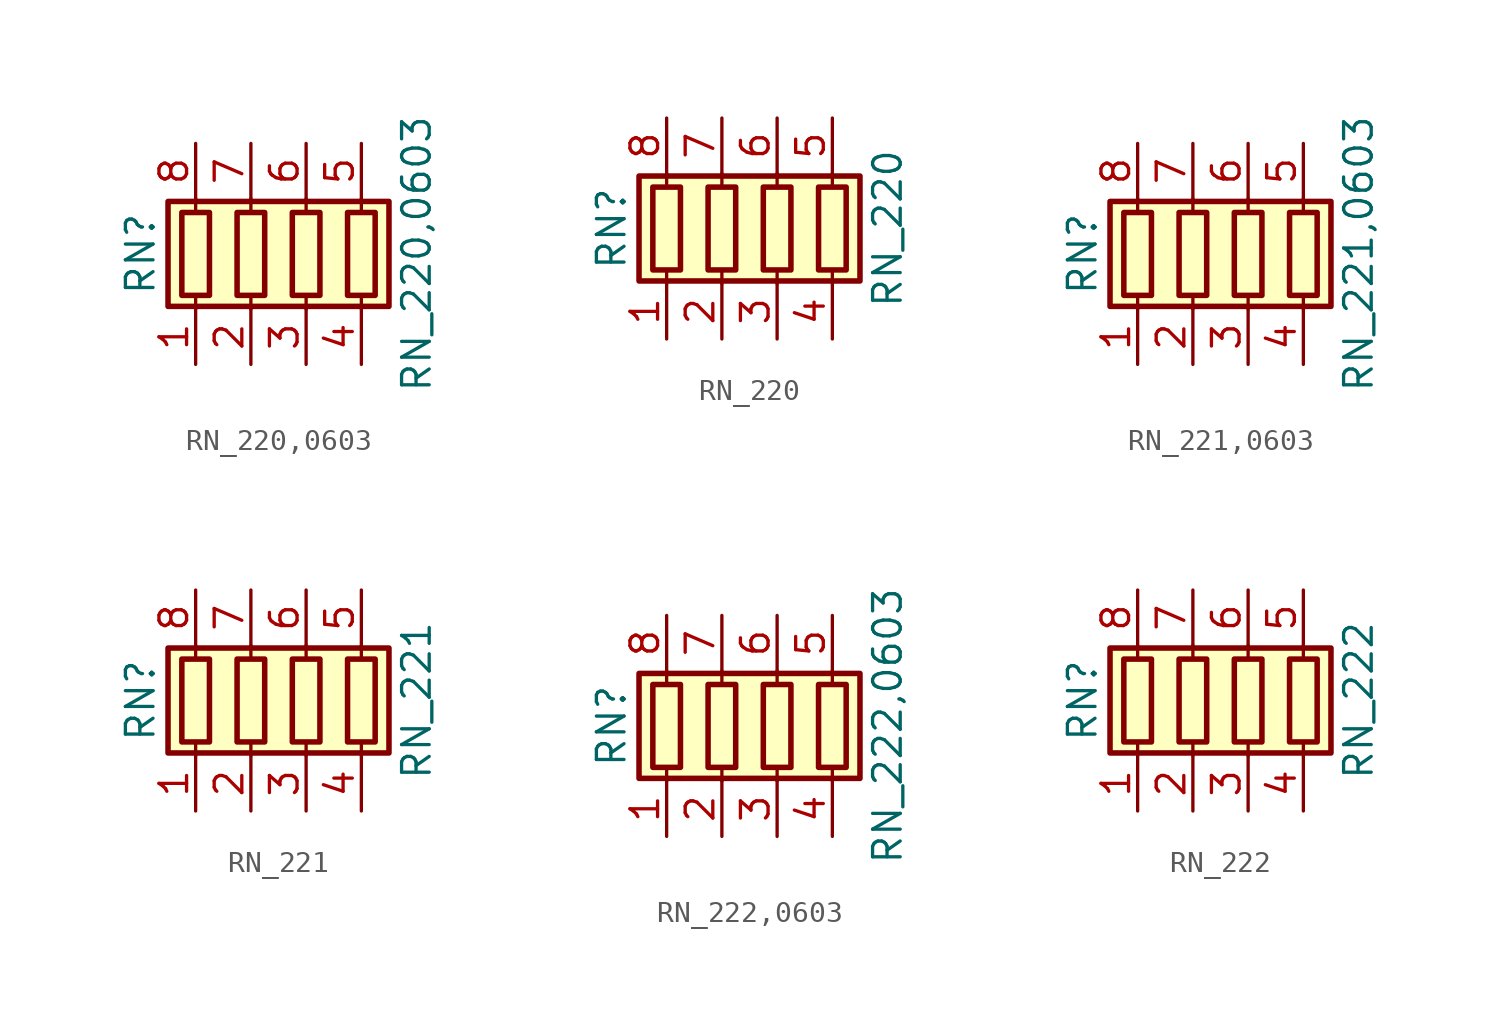
<source format=kicad_sym>
(kicad_symbol_lib
  (version 20211014)
  (generator kicad_symbol_editor)
  (symbol "RN_220,0603"
    (pin_names
      (offset 0) hide)
    (property "Reference" "RN"
      (at -7.62 0 90)
      (effects (font (size 1.27 1.27))))
    (property "Value" "RN_220,0603"
      (at 5.08 0 90)
      (effects (font (size 1.27 1.27))))
    (symbol "RN_220,0603_0_1"
      (rectangle (start -6.35 -2.413) (end 3.81 2.413) (stroke (width 0.254) (type default) (color 0 0 0 0)) (fill (type background)))
      (rectangle (start -5.715 1.905) (end -4.445 -1.905) (stroke (width 0.254) (type default) (color 0 0 0 0)) (fill (type none)))
      (rectangle (start -3.175 1.905) (end -1.905 -1.905) (stroke (width 0.254) (type default) (color 0 0 0 0)) (fill (type none)))
      (rectangle (start -0.635 1.905) (end 0.635 -1.905) (stroke (width 0.254) (type default) (color 0 0 0 0)) (fill (type none)))
      (polyline (pts (xy -5.08 -2.54) (xy -5.08 -1.905)) (stroke (width 0) (type default) (color 0 0 0 0)) (fill (type none)))
      (polyline (pts (xy -5.08 1.905) (xy -5.08 2.54)) (stroke (width 0) (type default) (color 0 0 0 0)) (fill (type none)))
      (polyline (pts (xy -2.54 -2.54) (xy -2.54 -1.905)) (stroke (width 0) (type default) (color 0 0 0 0)) (fill (type none)))
      (polyline (pts (xy -2.54 1.905) (xy -2.54 2.54)) (stroke (width 0) (type default) (color 0 0 0 0)) (fill (type none)))
      (polyline (pts (xy 0 -2.54) (xy 0 -1.905)) (stroke (width 0) (type default) (color 0 0 0 0)) (fill (type none)))
      (polyline (pts (xy 0 1.905) (xy 0 2.54)) (stroke (width 0) (type default) (color 0 0 0 0)) (fill (type none)))
      (polyline (pts (xy 2.54 -2.54) (xy 2.54 -1.905)) (stroke (width 0) (type default) (color 0 0 0 0)) (fill (type none)))
      (polyline (pts (xy 2.54 1.905) (xy 2.54 2.54)) (stroke (width 0) (type default) (color 0 0 0 0)) (fill (type none)))
      (rectangle (start 1.905 1.905) (end 3.175 -1.905) (stroke (width 0.254) (type default) (color 0 0 0 0)) (fill (type none))))
    (symbol "RN_220,0603_1_1"
      (pin passive line (at -5.08 -5.08 90) (length 2.54) (name "R1.1" (effects (font (size 1.27 1.27)))) (number "1" (effects (font (size 1.27 1.27)))))
      (pin passive line (at -2.54 -5.08 90) (length 2.54) (name "R2.1" (effects (font (size 1.27 1.27)))) (number "2" (effects (font (size 1.27 1.27)))))
      (pin passive line (at 0 -5.08 90) (length 2.54) (name "R3.1" (effects (font (size 1.27 1.27)))) (number "3" (effects (font (size 1.27 1.27)))))
      (pin passive line (at 2.54 -5.08 90) (length 2.54) (name "R4.1" (effects (font (size 1.27 1.27)))) (number "4" (effects (font (size 1.27 1.27)))))
      (pin passive line (at 2.54 5.08 270) (length 2.54) (name "R4.2" (effects (font (size 1.27 1.27)))) (number "5" (effects (font (size 1.27 1.27)))))
      (pin passive line (at 0 5.08 270) (length 2.54) (name "R3.2" (effects (font (size 1.27 1.27)))) (number "6" (effects (font (size 1.27 1.27)))))
      (pin passive line (at -2.54 5.08 270) (length 2.54) (name "R2.2" (effects (font (size 1.27 1.27)))) (number "7" (effects (font (size 1.27 1.27)))))
      (pin passive line (at -5.08 5.08 270) (length 2.54) (name "R1.2" (effects (font (size 1.27 1.27)))) (number "8" (effects (font (size 1.27 1.27)))))))
  (symbol "RN_220"
    (pin_names
      (offset 0) hide)
    (property "Reference" "RN"
      (at -7.62 0 90)
      (effects (font (size 1.27 1.27))))
    (property "Value" "RN_220"
      (at 5.08 0 90)
      (effects (font (size 1.27 1.27))))
    (symbol "RN_220_0_1"
      (rectangle (start -6.35 -2.413) (end 3.81 2.413) (stroke (width 0.254) (type default) (color 0 0 0 0)) (fill (type background)))
      (rectangle (start -5.715 1.905) (end -4.445 -1.905) (stroke (width 0.254) (type default) (color 0 0 0 0)) (fill (type none)))
      (rectangle (start -3.175 1.905) (end -1.905 -1.905) (stroke (width 0.254) (type default) (color 0 0 0 0)) (fill (type none)))
      (rectangle (start -0.635 1.905) (end 0.635 -1.905) (stroke (width 0.254) (type default) (color 0 0 0 0)) (fill (type none)))
      (polyline (pts (xy -5.08 -2.54) (xy -5.08 -1.905)) (stroke (width 0) (type default) (color 0 0 0 0)) (fill (type none)))
      (polyline (pts (xy -5.08 1.905) (xy -5.08 2.54)) (stroke (width 0) (type default) (color 0 0 0 0)) (fill (type none)))
      (polyline (pts (xy -2.54 -2.54) (xy -2.54 -1.905)) (stroke (width 0) (type default) (color 0 0 0 0)) (fill (type none)))
      (polyline (pts (xy -2.54 1.905) (xy -2.54 2.54)) (stroke (width 0) (type default) (color 0 0 0 0)) (fill (type none)))
      (polyline (pts (xy 0 -2.54) (xy 0 -1.905)) (stroke (width 0) (type default) (color 0 0 0 0)) (fill (type none)))
      (polyline (pts (xy 0 1.905) (xy 0 2.54)) (stroke (width 0) (type default) (color 0 0 0 0)) (fill (type none)))
      (polyline (pts (xy 2.54 -2.54) (xy 2.54 -1.905)) (stroke (width 0) (type default) (color 0 0 0 0)) (fill (type none)))
      (polyline (pts (xy 2.54 1.905) (xy 2.54 2.54)) (stroke (width 0) (type default) (color 0 0 0 0)) (fill (type none)))
      (rectangle (start 1.905 1.905) (end 3.175 -1.905) (stroke (width 0.254) (type default) (color 0 0 0 0)) (fill (type none))))
    (symbol "RN_220_1_1"
      (pin passive line (at -5.08 -5.08 90) (length 2.54) (name "R1.1" (effects (font (size 1.27 1.27)))) (number "1" (effects (font (size 1.27 1.27)))))
      (pin passive line (at -2.54 -5.08 90) (length 2.54) (name "R2.1" (effects (font (size 1.27 1.27)))) (number "2" (effects (font (size 1.27 1.27)))))
      (pin passive line (at 0 -5.08 90) (length 2.54) (name "R3.1" (effects (font (size 1.27 1.27)))) (number "3" (effects (font (size 1.27 1.27)))))
      (pin passive line (at 2.54 -5.08 90) (length 2.54) (name "R4.1" (effects (font (size 1.27 1.27)))) (number "4" (effects (font (size 1.27 1.27)))))
      (pin passive line (at 2.54 5.08 270) (length 2.54) (name "R4.2" (effects (font (size 1.27 1.27)))) (number "5" (effects (font (size 1.27 1.27)))))
      (pin passive line (at 0 5.08 270) (length 2.54) (name "R3.2" (effects (font (size 1.27 1.27)))) (number "6" (effects (font (size 1.27 1.27)))))
      (pin passive line (at -2.54 5.08 270) (length 2.54) (name "R2.2" (effects (font (size 1.27 1.27)))) (number "7" (effects (font (size 1.27 1.27)))))
      (pin passive line (at -5.08 5.08 270) (length 2.54) (name "R1.2" (effects (font (size 1.27 1.27)))) (number "8" (effects (font (size 1.27 1.27)))))))
  (symbol "RN_221,0603"
    (pin_names
      (offset 0) hide)
    (property "Reference" "RN"
      (at -7.62 0 90)
      (effects (font (size 1.27 1.27))))
    (property "Value" "RN_221,0603"
      (at 5.08 0 90)
      (effects (font (size 1.27 1.27))))
    (symbol "RN_221,0603_0_1"
      (rectangle (start -6.35 -2.413) (end 3.81 2.413) (stroke (width 0.254) (type default) (color 0 0 0 0)) (fill (type background)))
      (rectangle (start -5.715 1.905) (end -4.445 -1.905) (stroke (width 0.254) (type default) (color 0 0 0 0)) (fill (type none)))
      (rectangle (start -3.175 1.905) (end -1.905 -1.905) (stroke (width 0.254) (type default) (color 0 0 0 0)) (fill (type none)))
      (rectangle (start -0.635 1.905) (end 0.635 -1.905) (stroke (width 0.254) (type default) (color 0 0 0 0)) (fill (type none)))
      (polyline (pts (xy -5.08 -2.54) (xy -5.08 -1.905)) (stroke (width 0) (type default) (color 0 0 0 0)) (fill (type none)))
      (polyline (pts (xy -5.08 1.905) (xy -5.08 2.54)) (stroke (width 0) (type default) (color 0 0 0 0)) (fill (type none)))
      (polyline (pts (xy -2.54 -2.54) (xy -2.54 -1.905)) (stroke (width 0) (type default) (color 0 0 0 0)) (fill (type none)))
      (polyline (pts (xy -2.54 1.905) (xy -2.54 2.54)) (stroke (width 0) (type default) (color 0 0 0 0)) (fill (type none)))
      (polyline (pts (xy 0 -2.54) (xy 0 -1.905)) (stroke (width 0) (type default) (color 0 0 0 0)) (fill (type none)))
      (polyline (pts (xy 0 1.905) (xy 0 2.54)) (stroke (width 0) (type default) (color 0 0 0 0)) (fill (type none)))
      (polyline (pts (xy 2.54 -2.54) (xy 2.54 -1.905)) (stroke (width 0) (type default) (color 0 0 0 0)) (fill (type none)))
      (polyline (pts (xy 2.54 1.905) (xy 2.54 2.54)) (stroke (width 0) (type default) (color 0 0 0 0)) (fill (type none)))
      (rectangle (start 1.905 1.905) (end 3.175 -1.905) (stroke (width 0.254) (type default) (color 0 0 0 0)) (fill (type none))))
    (symbol "RN_221,0603_1_1"
      (pin passive line (at -5.08 -5.08 90) (length 2.54) (name "R1.1" (effects (font (size 1.27 1.27)))) (number "1" (effects (font (size 1.27 1.27)))))
      (pin passive line (at -2.54 -5.08 90) (length 2.54) (name "R2.1" (effects (font (size 1.27 1.27)))) (number "2" (effects (font (size 1.27 1.27)))))
      (pin passive line (at 0 -5.08 90) (length 2.54) (name "R3.1" (effects (font (size 1.27 1.27)))) (number "3" (effects (font (size 1.27 1.27)))))
      (pin passive line (at 2.54 -5.08 90) (length 2.54) (name "R4.1" (effects (font (size 1.27 1.27)))) (number "4" (effects (font (size 1.27 1.27)))))
      (pin passive line (at 2.54 5.08 270) (length 2.54) (name "R4.2" (effects (font (size 1.27 1.27)))) (number "5" (effects (font (size 1.27 1.27)))))
      (pin passive line (at 0 5.08 270) (length 2.54) (name "R3.2" (effects (font (size 1.27 1.27)))) (number "6" (effects (font (size 1.27 1.27)))))
      (pin passive line (at -2.54 5.08 270) (length 2.54) (name "R2.2" (effects (font (size 1.27 1.27)))) (number "7" (effects (font (size 1.27 1.27)))))
      (pin passive line (at -5.08 5.08 270) (length 2.54) (name "R1.2" (effects (font (size 1.27 1.27)))) (number "8" (effects (font (size 1.27 1.27)))))))
  (symbol "RN_221"
    (pin_names
      (offset 0) hide)
    (property "Reference" "RN"
      (at -7.62 0 90)
      (effects (font (size 1.27 1.27))))
    (property "Value" "RN_221"
      (at 5.08 0 90)
      (effects (font (size 1.27 1.27))))
    (symbol "RN_221_0_1"
      (rectangle (start -6.35 -2.413) (end 3.81 2.413) (stroke (width 0.254) (type default) (color 0 0 0 0)) (fill (type background)))
      (rectangle (start -5.715 1.905) (end -4.445 -1.905) (stroke (width 0.254) (type default) (color 0 0 0 0)) (fill (type none)))
      (rectangle (start -3.175 1.905) (end -1.905 -1.905) (stroke (width 0.254) (type default) (color 0 0 0 0)) (fill (type none)))
      (rectangle (start -0.635 1.905) (end 0.635 -1.905) (stroke (width 0.254) (type default) (color 0 0 0 0)) (fill (type none)))
      (polyline (pts (xy -5.08 -2.54) (xy -5.08 -1.905)) (stroke (width 0) (type default) (color 0 0 0 0)) (fill (type none)))
      (polyline (pts (xy -5.08 1.905) (xy -5.08 2.54)) (stroke (width 0) (type default) (color 0 0 0 0)) (fill (type none)))
      (polyline (pts (xy -2.54 -2.54) (xy -2.54 -1.905)) (stroke (width 0) (type default) (color 0 0 0 0)) (fill (type none)))
      (polyline (pts (xy -2.54 1.905) (xy -2.54 2.54)) (stroke (width 0) (type default) (color 0 0 0 0)) (fill (type none)))
      (polyline (pts (xy 0 -2.54) (xy 0 -1.905)) (stroke (width 0) (type default) (color 0 0 0 0)) (fill (type none)))
      (polyline (pts (xy 0 1.905) (xy 0 2.54)) (stroke (width 0) (type default) (color 0 0 0 0)) (fill (type none)))
      (polyline (pts (xy 2.54 -2.54) (xy 2.54 -1.905)) (stroke (width 0) (type default) (color 0 0 0 0)) (fill (type none)))
      (polyline (pts (xy 2.54 1.905) (xy 2.54 2.54)) (stroke (width 0) (type default) (color 0 0 0 0)) (fill (type none)))
      (rectangle (start 1.905 1.905) (end 3.175 -1.905) (stroke (width 0.254) (type default) (color 0 0 0 0)) (fill (type none))))
    (symbol "RN_221_1_1"
      (pin passive line (at -5.08 -5.08 90) (length 2.54) (name "R1.1" (effects (font (size 1.27 1.27)))) (number "1" (effects (font (size 1.27 1.27)))))
      (pin passive line (at -2.54 -5.08 90) (length 2.54) (name "R2.1" (effects (font (size 1.27 1.27)))) (number "2" (effects (font (size 1.27 1.27)))))
      (pin passive line (at 0 -5.08 90) (length 2.54) (name "R3.1" (effects (font (size 1.27 1.27)))) (number "3" (effects (font (size 1.27 1.27)))))
      (pin passive line (at 2.54 -5.08 90) (length 2.54) (name "R4.1" (effects (font (size 1.27 1.27)))) (number "4" (effects (font (size 1.27 1.27)))))
      (pin passive line (at 2.54 5.08 270) (length 2.54) (name "R4.2" (effects (font (size 1.27 1.27)))) (number "5" (effects (font (size 1.27 1.27)))))
      (pin passive line (at 0 5.08 270) (length 2.54) (name "R3.2" (effects (font (size 1.27 1.27)))) (number "6" (effects (font (size 1.27 1.27)))))
      (pin passive line (at -2.54 5.08 270) (length 2.54) (name "R2.2" (effects (font (size 1.27 1.27)))) (number "7" (effects (font (size 1.27 1.27)))))
      (pin passive line (at -5.08 5.08 270) (length 2.54) (name "R1.2" (effects (font (size 1.27 1.27)))) (number "8" (effects (font (size 1.27 1.27)))))))
  (symbol "RN_222,0603"
    (pin_names
      (offset 0) hide)
    (property "Reference" "RN"
      (at -7.62 0 90)
      (effects (font (size 1.27 1.27))))
    (property "Value" "RN_222,0603"
      (at 5.08 0 90)
      (effects (font (size 1.27 1.27))))
    (symbol "RN_222,0603_0_1"
      (rectangle (start -6.35 -2.413) (end 3.81 2.413) (stroke (width 0.254) (type default) (color 0 0 0 0)) (fill (type background)))
      (rectangle (start -5.715 1.905) (end -4.445 -1.905) (stroke (width 0.254) (type default) (color 0 0 0 0)) (fill (type none)))
      (rectangle (start -3.175 1.905) (end -1.905 -1.905) (stroke (width 0.254) (type default) (color 0 0 0 0)) (fill (type none)))
      (rectangle (start -0.635 1.905) (end 0.635 -1.905) (stroke (width 0.254) (type default) (color 0 0 0 0)) (fill (type none)))
      (polyline (pts (xy -5.08 -2.54) (xy -5.08 -1.905)) (stroke (width 0) (type default) (color 0 0 0 0)) (fill (type none)))
      (polyline (pts (xy -5.08 1.905) (xy -5.08 2.54)) (stroke (width 0) (type default) (color 0 0 0 0)) (fill (type none)))
      (polyline (pts (xy -2.54 -2.54) (xy -2.54 -1.905)) (stroke (width 0) (type default) (color 0 0 0 0)) (fill (type none)))
      (polyline (pts (xy -2.54 1.905) (xy -2.54 2.54)) (stroke (width 0) (type default) (color 0 0 0 0)) (fill (type none)))
      (polyline (pts (xy 0 -2.54) (xy 0 -1.905)) (stroke (width 0) (type default) (color 0 0 0 0)) (fill (type none)))
      (polyline (pts (xy 0 1.905) (xy 0 2.54)) (stroke (width 0) (type default) (color 0 0 0 0)) (fill (type none)))
      (polyline (pts (xy 2.54 -2.54) (xy 2.54 -1.905)) (stroke (width 0) (type default) (color 0 0 0 0)) (fill (type none)))
      (polyline (pts (xy 2.54 1.905) (xy 2.54 2.54)) (stroke (width 0) (type default) (color 0 0 0 0)) (fill (type none)))
      (rectangle (start 1.905 1.905) (end 3.175 -1.905) (stroke (width 0.254) (type default) (color 0 0 0 0)) (fill (type none))))
    (symbol "RN_222,0603_1_1"
      (pin passive line (at -5.08 -5.08 90) (length 2.54) (name "R1.1" (effects (font (size 1.27 1.27)))) (number "1" (effects (font (size 1.27 1.27)))))
      (pin passive line (at -2.54 -5.08 90) (length 2.54) (name "R2.1" (effects (font (size 1.27 1.27)))) (number "2" (effects (font (size 1.27 1.27)))))
      (pin passive line (at 0 -5.08 90) (length 2.54) (name "R3.1" (effects (font (size 1.27 1.27)))) (number "3" (effects (font (size 1.27 1.27)))))
      (pin passive line (at 2.54 -5.08 90) (length 2.54) (name "R4.1" (effects (font (size 1.27 1.27)))) (number "4" (effects (font (size 1.27 1.27)))))
      (pin passive line (at 2.54 5.08 270) (length 2.54) (name "R4.2" (effects (font (size 1.27 1.27)))) (number "5" (effects (font (size 1.27 1.27)))))
      (pin passive line (at 0 5.08 270) (length 2.54) (name "R3.2" (effects (font (size 1.27 1.27)))) (number "6" (effects (font (size 1.27 1.27)))))
      (pin passive line (at -2.54 5.08 270) (length 2.54) (name "R2.2" (effects (font (size 1.27 1.27)))) (number "7" (effects (font (size 1.27 1.27)))))
      (pin passive line (at -5.08 5.08 270) (length 2.54) (name "R1.2" (effects (font (size 1.27 1.27)))) (number "8" (effects (font (size 1.27 1.27)))))))
  (symbol "RN_222"
    (pin_names
      (offset 0) hide)
    (property "Reference" "RN"
      (at -7.62 0 90)
      (effects (font (size 1.27 1.27))))
    (property "Value" "RN_222"
      (at 5.08 0 90)
      (effects (font (size 1.27 1.27))))
    (symbol "RN_222_0_1"
      (rectangle (start -6.35 -2.413) (end 3.81 2.413) (stroke (width 0.254) (type default) (color 0 0 0 0)) (fill (type background)))
      (rectangle (start -5.715 1.905) (end -4.445 -1.905) (stroke (width 0.254) (type default) (color 0 0 0 0)) (fill (type none)))
      (rectangle (start -3.175 1.905) (end -1.905 -1.905) (stroke (width 0.254) (type default) (color 0 0 0 0)) (fill (type none)))
      (rectangle (start -0.635 1.905) (end 0.635 -1.905) (stroke (width 0.254) (type default) (color 0 0 0 0)) (fill (type none)))
      (polyline (pts (xy -5.08 -2.54) (xy -5.08 -1.905)) (stroke (width 0) (type default) (color 0 0 0 0)) (fill (type none)))
      (polyline (pts (xy -5.08 1.905) (xy -5.08 2.54)) (stroke (width 0) (type default) (color 0 0 0 0)) (fill (type none)))
      (polyline (pts (xy -2.54 -2.54) (xy -2.54 -1.905)) (stroke (width 0) (type default) (color 0 0 0 0)) (fill (type none)))
      (polyline (pts (xy -2.54 1.905) (xy -2.54 2.54)) (stroke (width 0) (type default) (color 0 0 0 0)) (fill (type none)))
      (polyline (pts (xy 0 -2.54) (xy 0 -1.905)) (stroke (width 0) (type default) (color 0 0 0 0)) (fill (type none)))
      (polyline (pts (xy 0 1.905) (xy 0 2.54)) (stroke (width 0) (type default) (color 0 0 0 0)) (fill (type none)))
      (polyline (pts (xy 2.54 -2.54) (xy 2.54 -1.905)) (stroke (width 0) (type default) (color 0 0 0 0)) (fill (type none)))
      (polyline (pts (xy 2.54 1.905) (xy 2.54 2.54)) (stroke (width 0) (type default) (color 0 0 0 0)) (fill (type none)))
      (rectangle (start 1.905 1.905) (end 3.175 -1.905) (stroke (width 0.254) (type default) (color 0 0 0 0)) (fill (type none))))
    (symbol "RN_222_1_1"
      (pin passive line (at -5.08 -5.08 90) (length 2.54) (name "R1.1" (effects (font (size 1.27 1.27)))) (number "1" (effects (font (size 1.27 1.27)))))
      (pin passive line (at -2.54 -5.08 90) (length 2.54) (name "R2.1" (effects (font (size 1.27 1.27)))) (number "2" (effects (font (size 1.27 1.27)))))
      (pin passive line (at 0 -5.08 90) (length 2.54) (name "R3.1" (effects (font (size 1.27 1.27)))) (number "3" (effects (font (size 1.27 1.27)))))
      (pin passive line (at 2.54 -5.08 90) (length 2.54) (name "R4.1" (effects (font (size 1.27 1.27)))) (number "4" (effects (font (size 1.27 1.27)))))
      (pin passive line (at 2.54 5.08 270) (length 2.54) (name "R4.2" (effects (font (size 1.27 1.27)))) (number "5" (effects (font (size 1.27 1.27)))))
      (pin passive line (at 0 5.08 270) (length 2.54) (name "R3.2" (effects (font (size 1.27 1.27)))) (number "6" (effects (font (size 1.27 1.27)))))
      (pin passive line (at -2.54 5.08 270) (length 2.54) (name "R2.2" (effects (font (size 1.27 1.27)))) (number "7" (effects (font (size 1.27 1.27)))))
      (pin passive line (at -5.08 5.08 270) (length 2.54) (name "R1.2" (effects (font (size 1.27 1.27)))) (number "8" (effects (font (size 1.27 1.27))))))))
</source>
